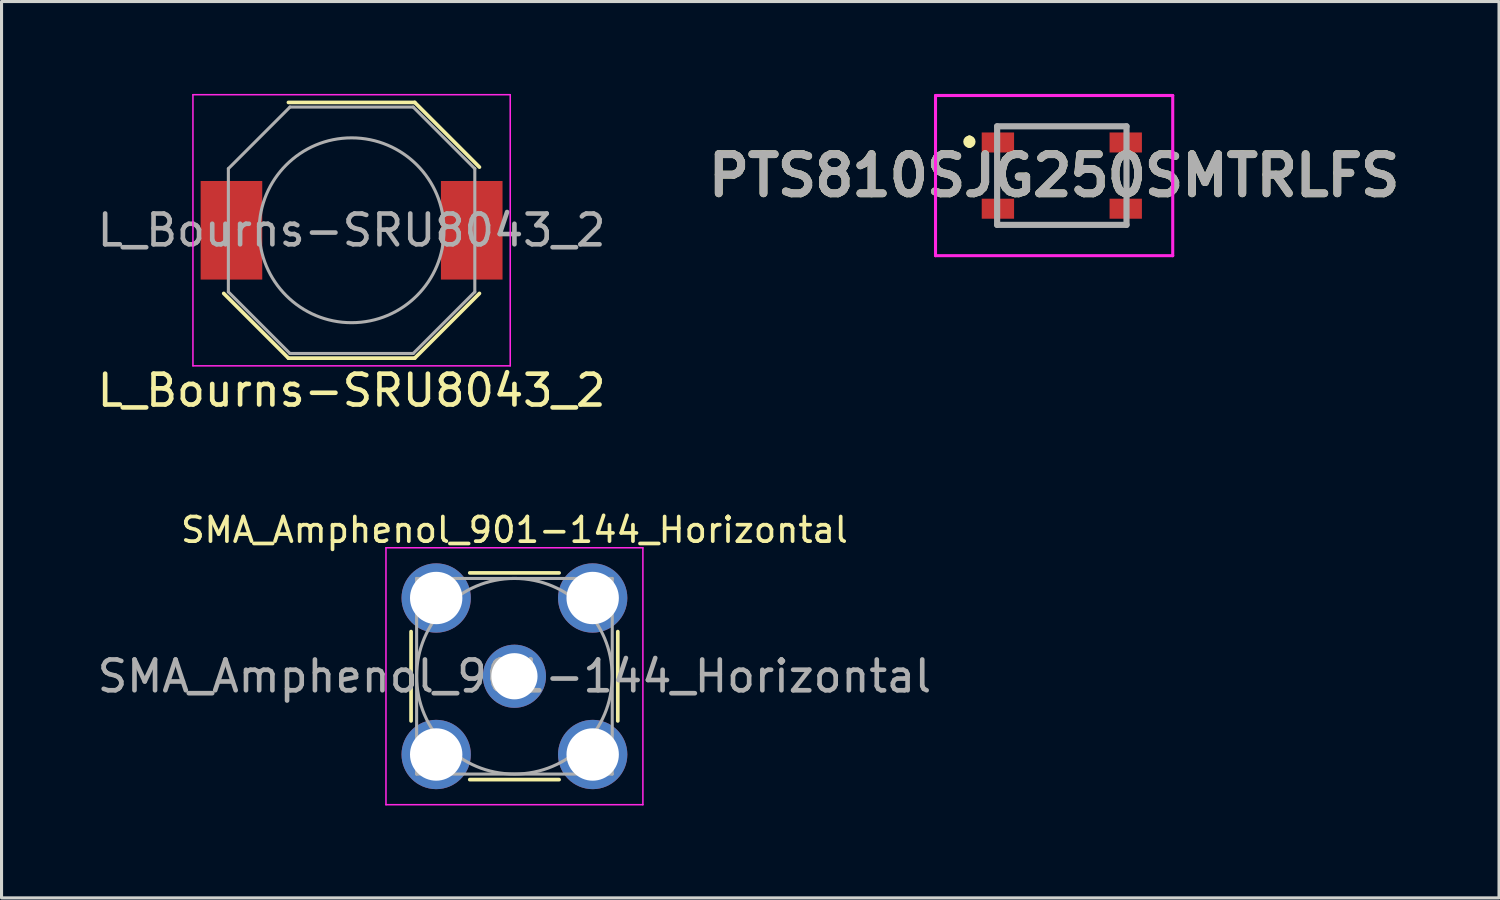
<source format=kicad_pcb>
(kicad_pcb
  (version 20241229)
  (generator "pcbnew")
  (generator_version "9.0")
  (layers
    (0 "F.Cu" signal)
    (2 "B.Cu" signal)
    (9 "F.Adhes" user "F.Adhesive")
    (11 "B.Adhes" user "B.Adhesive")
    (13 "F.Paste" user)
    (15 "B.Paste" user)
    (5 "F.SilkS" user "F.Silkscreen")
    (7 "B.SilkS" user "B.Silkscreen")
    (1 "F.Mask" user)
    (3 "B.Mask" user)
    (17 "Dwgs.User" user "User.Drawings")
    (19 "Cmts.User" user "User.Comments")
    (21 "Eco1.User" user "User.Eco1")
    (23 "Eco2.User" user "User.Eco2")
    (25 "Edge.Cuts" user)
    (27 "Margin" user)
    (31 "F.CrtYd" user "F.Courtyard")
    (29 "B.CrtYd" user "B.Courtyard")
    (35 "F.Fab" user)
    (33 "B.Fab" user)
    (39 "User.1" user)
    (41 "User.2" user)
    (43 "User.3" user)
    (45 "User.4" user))
  (footprint "PTS810SJG250SMTRLFS"
    (layer "F.Cu")
    (at 31.418 2.65)
    (property "Reference" "PTS810SJG250SMTRLFS" (at -0.25 0 0) (layer "F.SilkS") (effects (font (size 1.27 1.27) (thickness 0.254))))
    (attr smd)
    (fp_line (start -3 -1.2) (end -3 -1.2) (stroke (width 0.2) (type solid)) (layer "F.SilkS"))
    (fp_line (start -3 -1) (end -3 -1) (stroke (width 0.2) (type solid)) (layer "F.SilkS"))
    (fp_line (start -2.1 -1.6) (end 2.075 -1.6) (stroke (width 0.1) (type solid)) (layer "F.SilkS"))
    (fp_line (start -2.1 1.6) (end 2.075 1.6) (stroke (width 0.1) (type solid)) (layer "F.SilkS"))
    (fp_arc (start -3 -1.2) (mid -2.9 -1.1) (end -3 -1) (stroke (width 0.2) (type solid)) (layer "F.SilkS"))
    (fp_arc (start -3 -1) (mid -3.1 -1.1) (end -3 -1.2) (stroke (width 0.2) (type solid)) (layer "F.SilkS"))
    (fp_line (start -4.1 -2.6) (end 3.6 -2.6) (stroke (width 0.1) (type solid)) (layer "F.CrtYd"))
    (fp_line (start -4.1 2.6) (end -4.1 -2.6) (stroke (width 0.1) (type solid)) (layer "F.CrtYd"))
    (fp_line (start 3.6 -2.6) (end 3.6 2.6) (stroke (width 0.1) (type solid)) (layer "F.CrtYd"))
    (fp_line (start 3.6 2.6) (end -4.1 2.6) (stroke (width 0.1) (type solid)) (layer "F.CrtYd"))
    (fp_line (start -2.1 -1.6) (end 2.1 -1.6) (stroke (width 0.2) (type solid)) (layer "F.Fab"))
    (fp_line (start -2.1 1.6) (end -2.1 -1.6) (stroke (width 0.2) (type solid)) (layer "F.Fab"))
    (fp_line (start 2.1 -1.6) (end 2.1 1.6) (stroke (width 0.2) (type solid)) (layer "F.Fab"))
    (fp_line (start 2.1 1.6) (end -2.1 1.6) (stroke (width 0.2) (type solid)) (layer "F.Fab"))
    (fp_text user "${REFERENCE}" (at -0.25 0 0) (layer "F.Fab") (effects (font (size 1.27 1.27) (thickness 0.254))))
    (pad "1" smd rect (at -2.075 -1.075 90) (size 0.65 1.05) (layers "F.Cu" "F.Mask" "F.Paste"))
    (pad "2" smd rect (at 2.075 -1.075 90) (size 0.65 1.05) (layers "F.Cu" "F.Mask" "F.Paste"))
    (pad "3" smd rect (at -2.075 1.075 90) (size 0.65 1.05) (layers "F.Cu" "F.Mask" "F.Paste"))
    (pad "4" smd rect (at 2.075 1.075 90) (size 0.65 1.05) (layers "F.Cu" "F.Mask" "F.Paste")))
  (footprint "L_Bourns-SRU8043_2"
    (layer "F.Cu")
    (at 8.363 4.425)
    (property "Reference" "L_Bourns-SRU8043_2" (at 0 5.2 180) (layer "F.SilkS") (effects (font (size 1 1) (thickness 0.15))))
    (attr smd)
    (fp_line (start -2.05 -4.15) (end 2.05 -4.15) (stroke (width 0.12) (type solid)) (layer "F.SilkS"))
    (fp_line (start -2.05 4.15) (end -4.15 2.05) (stroke (width 0.12) (type solid)) (layer "F.SilkS"))
    (fp_line (start 2.05 -4.15) (end 4.15 -2.05) (stroke (width 0.12) (type solid)) (layer "F.SilkS"))
    (fp_line (start 2.05 4.15) (end -2.05 4.15) (stroke (width 0.12) (type solid)) (layer "F.SilkS"))
    (fp_line (start 2.05 4.15) (end 4.15 2.05) (stroke (width 0.12) (type solid)) (layer "F.SilkS"))
    (fp_line (start -5.15 -4.4) (end 5.15 -4.4) (stroke (width 0.05) (type solid)) (layer "F.CrtYd"))
    (fp_line (start -5.15 4.4) (end -5.15 -4.4) (stroke (width 0.05) (type solid)) (layer "F.CrtYd"))
    (fp_line (start 5.15 -4.4) (end 5.15 4.4) (stroke (width 0.05) (type solid)) (layer "F.CrtYd"))
    (fp_line (start 5.15 4.4) (end -5.15 4.4) (stroke (width 0.05) (type solid)) (layer "F.CrtYd"))
    (fp_line (start -4 -2) (end -2 -4) (stroke (width 0.1) (type solid)) (layer "F.Fab"))
    (fp_line (start -4 2) (end -4 -2) (stroke (width 0.1) (type solid)) (layer "F.Fab"))
    (fp_line (start -2 -4) (end 2 -4) (stroke (width 0.1) (type solid)) (layer "F.Fab"))
    (fp_line (start -2 4) (end -4 2) (stroke (width 0.1) (type solid)) (layer "F.Fab"))
    (fp_line (start 2 -4) (end 4 -2) (stroke (width 0.1) (type solid)) (layer "F.Fab"))
    (fp_line (start 2 4) (end -2 4) (stroke (width 0.1) (type solid)) (layer "F.Fab"))
    (fp_line (start 4 -2) (end 4 2) (stroke (width 0.1) (type solid)) (layer "F.Fab"))
    (fp_line (start 4 2) (end 2 4) (stroke (width 0.1) (type solid)) (layer "F.Fab"))
    (fp_circle (center 0 0) (end 0 -3) (stroke (width 0.1) (type solid)) (fill no) (layer "F.Fab"))
    (fp_text user "${REFERENCE}" (at 0 0 180) (layer "F.Fab") (effects (font (size 1 1) (thickness 0.15))))
    (pad "1" smd rect (at -3.9 0) (size 2 3.2) (layers "F.Cu" "F.Mask" "F.Paste"))
    (pad "2" smd rect (at 3.9 0) (size 2 3.2) (layers "F.Cu" "F.Mask" "F.Paste")))
  (footprint "SMA_Amphenol_901-144_Horizontal"
    (layer "F.Cu")
    (at 13.649 18.902)
    (property "Reference" "SMA_Amphenol_901-144_Horizontal" (at 0 -4.75 0) (layer "F.SilkS") (effects (font (size 0.8 0.8) (thickness 0.12))))
    (attr through_hole)
    (fp_line (start -3.355 -1.45) (end -3.355 1.45) (stroke (width 0.12) (type solid)) (layer "F.SilkS"))
    (fp_line (start -1.45 -3.355) (end 1.45 -3.355) (stroke (width 0.12) (type solid)) (layer "F.SilkS"))
    (fp_line (start -1.45 3.355) (end 1.45 3.355) (stroke (width 0.12) (type solid)) (layer "F.SilkS"))
    (fp_line (start 3.355 -1.45) (end 3.355 1.45) (stroke (width 0.12) (type solid)) (layer "F.SilkS"))
    (fp_line (start -4.17 -4.17) (end -4.17 4.17) (stroke (width 0.05) (type solid)) (layer "F.CrtYd"))
    (fp_line (start -4.17 -4.17) (end 4.17 -4.17) (stroke (width 0.05) (type solid)) (layer "F.CrtYd"))
    (fp_line (start 4.17 4.17) (end -4.17 4.17) (stroke (width 0.05) (type solid)) (layer "F.CrtYd"))
    (fp_line (start 4.17 4.17) (end 4.17 -4.17) (stroke (width 0.05) (type solid)) (layer "F.CrtYd"))
    (fp_line (start -3.175 -3.175) (end -3.175 3.175) (stroke (width 0.1) (type solid)) (layer "F.Fab"))
    (fp_line (start -3.175 -3.175) (end 3.175 -3.175) (stroke (width 0.1) (type solid)) (layer "F.Fab"))
    (fp_line (start -3.175 3.175) (end 3.175 3.175) (stroke (width 0.1) (type solid)) (layer "F.Fab"))
    (fp_line (start 3.175 -3.175) (end 3.175 3.175) (stroke (width 0.1) (type solid)) (layer "F.Fab"))
    (fp_circle (center 0 0) (end 3.175 0) (stroke (width 0.1) (type solid)) (fill no) (layer "F.Fab"))
    (fp_text user "${REFERENCE}" (at 0 0 0) (layer "F.Fab") (effects (font (size 1 1) (thickness 0.15))))
    (pad "1" thru_hole circle (at 0 0) (size 2.05 2.05) (drill 1.5) (layers "*.Cu" "*.Mask"))
    (pad "2" thru_hole circle (at -2.54 -2.54) (size 2.25 2.25) (drill 1.7) (layers "*.Cu" "*.Mask"))
    (pad "2" thru_hole circle (at -2.54 2.54) (size 2.25 2.25) (drill 1.7) (layers "*.Cu" "*.Mask"))
    (pad "2" thru_hole circle (at 2.54 -2.54) (size 2.25 2.25) (drill 1.7) (layers "*.Cu" "*.Mask"))
    (pad "2" thru_hole circle (at 2.54 2.54) (size 2.25 2.25) (drill 1.7) (layers "*.Cu" "*.Mask")))
  (gr_rect
    (start -3 -3)
    (end 45.61 26.097)
    (stroke (width 0.1) (type default))
    (fill no)
    (layer "Edge.Cuts")))
</source>
